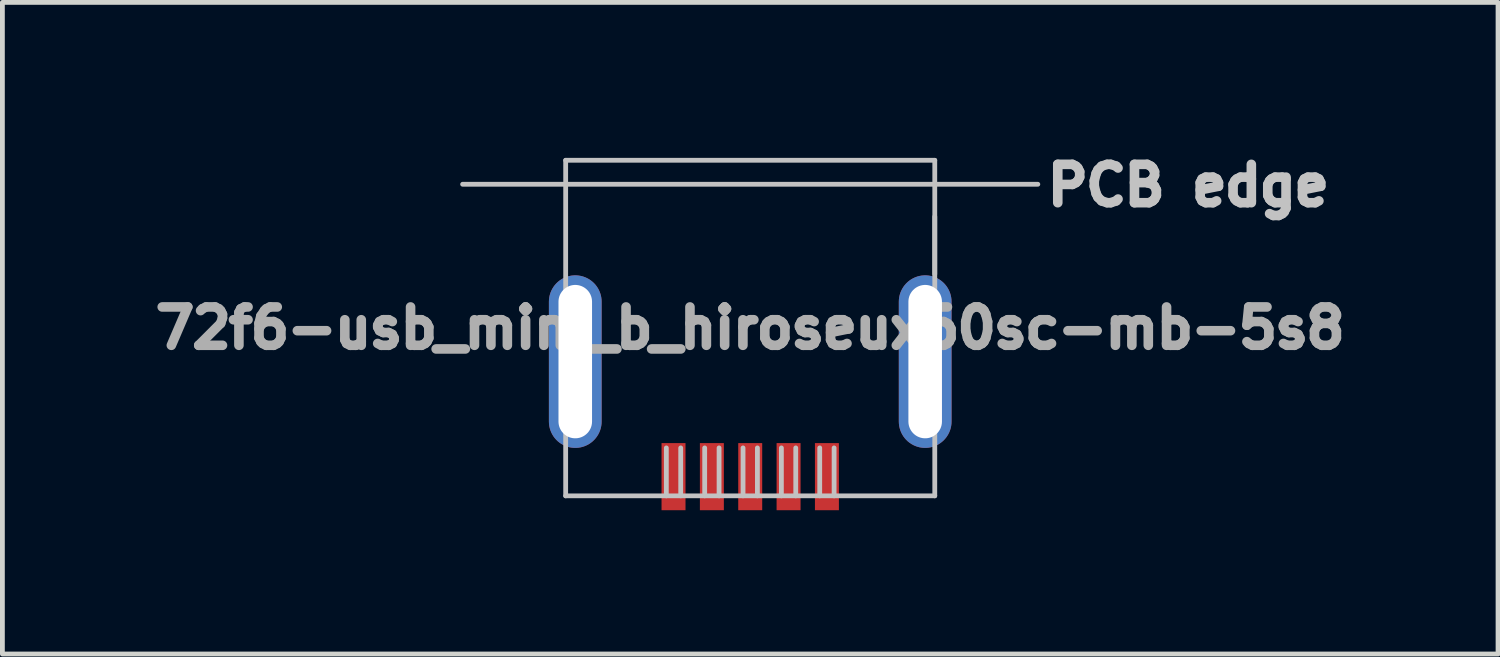
<source format=kicad_pcb>
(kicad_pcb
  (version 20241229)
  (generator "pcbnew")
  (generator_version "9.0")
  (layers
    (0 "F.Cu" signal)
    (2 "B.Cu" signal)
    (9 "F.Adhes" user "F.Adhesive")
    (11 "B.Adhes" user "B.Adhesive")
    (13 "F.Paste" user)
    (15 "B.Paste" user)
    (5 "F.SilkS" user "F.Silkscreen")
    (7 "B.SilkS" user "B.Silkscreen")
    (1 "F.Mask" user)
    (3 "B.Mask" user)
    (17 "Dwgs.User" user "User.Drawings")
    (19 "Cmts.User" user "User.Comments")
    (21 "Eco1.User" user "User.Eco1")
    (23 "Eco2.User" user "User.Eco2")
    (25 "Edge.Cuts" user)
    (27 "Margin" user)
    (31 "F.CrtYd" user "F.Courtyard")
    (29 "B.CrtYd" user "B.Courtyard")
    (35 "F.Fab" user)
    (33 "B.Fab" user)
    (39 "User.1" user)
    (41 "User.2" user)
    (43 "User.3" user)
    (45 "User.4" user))
  (footprint "72f6-usb_mini_b_hiroseux60sc-mb-5s8"
    (layer "F.Cu")
    (at 12.601 3.794)
    (property "Reference" "72f6-usb_mini_b_hiroseux60sc-mb-5s8" (at 0 0 0) (layer "F.Fab") (effects (font (size 0.8 0.8) (thickness 0.2))))
    (attr through_hole)
    (fp_line (start -6 -3) (end 6 -3) (stroke (width 0.1) (type solid)) (layer "Dwgs.User"))
    (fp_line (start -3.85 -3.5) (end -3.85 3.5) (stroke (width 0.1) (type solid)) (layer "Dwgs.User"))
    (fp_line (start -3.85 -3.5) (end 3.85 -3.5) (stroke (width 0.1) (type solid)) (layer "Dwgs.User"))
    (fp_line (start -3.85 -0.7) (end -3.85 0.3) (stroke (width 0.1) (type solid)) (layer "Dwgs.User"))
    (fp_line (start -3.85 -0.7) (end -3.45 -0.7) (stroke (width 0.1) (type solid)) (layer "Dwgs.User"))
    (fp_line (start -3.85 0.3) (end -3.45 0.3) (stroke (width 0.1) (type solid)) (layer "Dwgs.User"))
    (fp_line (start -3.85 1.1) (end -3.85 2.1) (stroke (width 0.1) (type solid)) (layer "Dwgs.User"))
    (fp_line (start -3.85 1.1) (end -3.45 1.1) (stroke (width 0.1) (type solid)) (layer "Dwgs.User"))
    (fp_line (start -3.85 2.1) (end -3.45 2.1) (stroke (width 0.1) (type solid)) (layer "Dwgs.User"))
    (fp_line (start -3.85 3.5) (end 3.85 3.5) (stroke (width 0.1) (type solid)) (layer "Dwgs.User"))
    (fp_line (start -3.45 -0.7) (end -3.45 0.3) (stroke (width 0.1) (type solid)) (layer "Dwgs.User"))
    (fp_line (start -3.45 1.1) (end -3.45 2.1) (stroke (width 0.1) (type solid)) (layer "Dwgs.User"))
    (fp_line (start -1.75 2.5) (end -1.75 3.5) (stroke (width 0.1) (type solid)) (layer "Dwgs.User"))
    (fp_line (start -1.45 2.5) (end -1.45 3.5) (stroke (width 0.1) (type solid)) (layer "Dwgs.User"))
    (fp_line (start -0.95 2.5) (end -0.95 3.5) (stroke (width 0.1) (type solid)) (layer "Dwgs.User"))
    (fp_line (start -0.65 2.5) (end -0.65 3.5) (stroke (width 0.1) (type solid)) (layer "Dwgs.User"))
    (fp_line (start -0.15 2.5) (end -0.15 3.5) (stroke (width 0.1) (type solid)) (layer "Dwgs.User"))
    (fp_line (start 0.15 2.5) (end 0.15 3.5) (stroke (width 0.1) (type solid)) (layer "Dwgs.User"))
    (fp_line (start 0.65 2.5) (end 0.65 3.5) (stroke (width 0.1) (type solid)) (layer "Dwgs.User"))
    (fp_line (start 0.95 2.5) (end 0.95 3.5) (stroke (width 0.1) (type solid)) (layer "Dwgs.User"))
    (fp_line (start 1.45 2.5) (end 1.45 3.5) (stroke (width 0.1) (type solid)) (layer "Dwgs.User"))
    (fp_line (start 1.75 2.5) (end 1.75 3.5) (stroke (width 0.1) (type solid)) (layer "Dwgs.User"))
    (fp_line (start 3.45 -0.7) (end 3.45 0.3) (stroke (width 0.1) (type solid)) (layer "Dwgs.User"))
    (fp_line (start 3.45 -0.7) (end 3.85 -0.7) (stroke (width 0.1) (type solid)) (layer "Dwgs.User"))
    (fp_line (start 3.45 0.3) (end 3.85 0.3) (stroke (width 0.1) (type solid)) (layer "Dwgs.User"))
    (fp_line (start 3.45 1.1) (end 3.45 2.1) (stroke (width 0.1) (type solid)) (layer "Dwgs.User"))
    (fp_line (start 3.45 1.1) (end 3.85 1.1) (stroke (width 0.1) (type solid)) (layer "Dwgs.User"))
    (fp_line (start 3.45 2.1) (end 3.85 2.1) (stroke (width 0.1) (type solid)) (layer "Dwgs.User"))
    (fp_line (start 3.85 -3.5) (end 3.85 3.5) (stroke (width 0.1) (type solid)) (layer "Dwgs.User"))
    (fp_line (start 3.85 -2.325) (end 3.85 -1.125) (stroke (width 0.1) (type solid)) (layer "Dwgs.User"))
    (fp_line (start 3.85 -0.7) (end 3.85 0.3) (stroke (width 0.1) (type solid)) (layer "Dwgs.User"))
    (fp_line (start 3.85 1.1) (end 3.85 2.1) (stroke (width 0.1) (type solid)) (layer "Dwgs.User"))
    (fp_text user "PCB edge" (at 9.14 -2.975 0) (layer "Dwgs.User") (effects (font (size 0.8 0.8) (thickness 0.2))))
    (pad "1" smd rect (at 1.6 3.1) (size 0.5 1.4) (layers "F.Cu" "F.Mask" "F.Paste"))
    (pad "2" smd rect (at 0.8 3.1) (size 0.5 1.4) (layers "F.Cu" "F.Mask" "F.Paste"))
    (pad "3" smd rect (at 0 3.1) (size 0.5 1.4) (layers "F.Cu" "F.Mask" "F.Paste"))
    (pad "4" smd rect (at -0.8 3.1) (size 0.5 1.4) (layers "F.Cu" "F.Mask" "F.Paste"))
    (pad "5" smd rect (at -1.6 3.1) (size 0.5 1.4) (layers "F.Cu" "F.Mask" "F.Paste"))
    (pad "~" thru_hole oval (at -3.65 0.7) (size 1.1 3.6) (drill oval 0.7 3.2) (layers "*.Cu" "*.Mask"))
    (pad "~" thru_hole oval (at 3.65 0.7) (size 1.1 3.6) (drill oval 0.7 3.2) (layers "*.Cu" "*.Mask")))
  (gr_rect
    (start -3 -3)
    (end 28.202 10.594)
    (stroke (width 0.1) (type default))
    (fill no)
    (layer "Edge.Cuts")))
</source>
